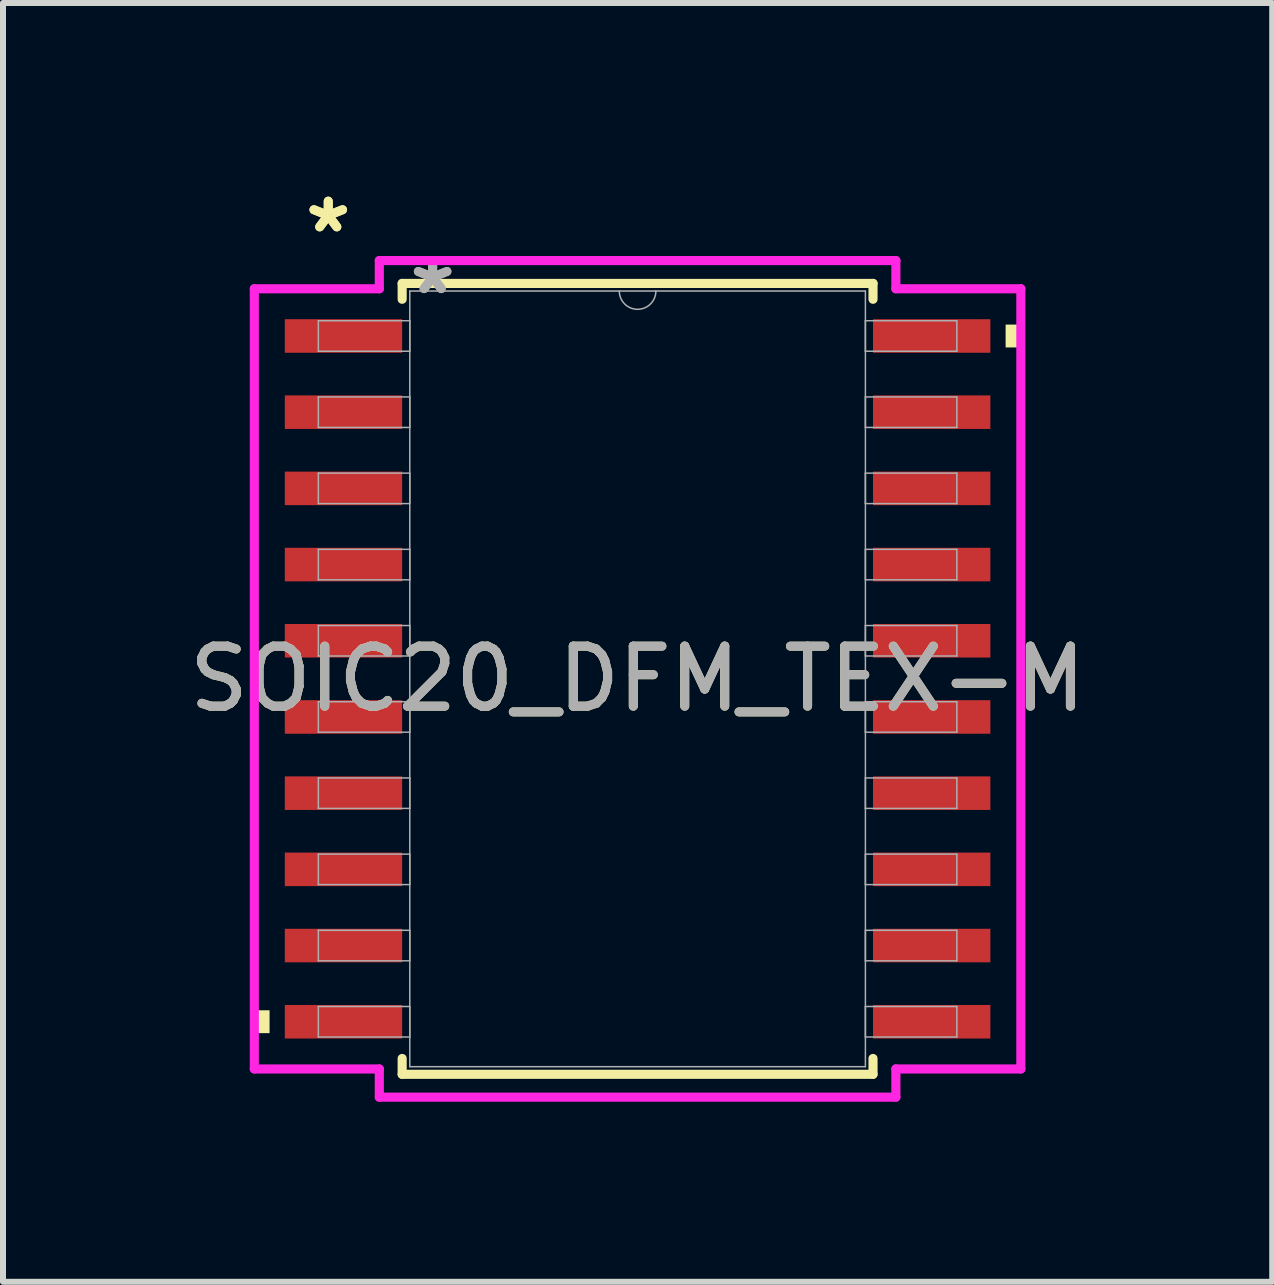
<source format=kicad_pcb>
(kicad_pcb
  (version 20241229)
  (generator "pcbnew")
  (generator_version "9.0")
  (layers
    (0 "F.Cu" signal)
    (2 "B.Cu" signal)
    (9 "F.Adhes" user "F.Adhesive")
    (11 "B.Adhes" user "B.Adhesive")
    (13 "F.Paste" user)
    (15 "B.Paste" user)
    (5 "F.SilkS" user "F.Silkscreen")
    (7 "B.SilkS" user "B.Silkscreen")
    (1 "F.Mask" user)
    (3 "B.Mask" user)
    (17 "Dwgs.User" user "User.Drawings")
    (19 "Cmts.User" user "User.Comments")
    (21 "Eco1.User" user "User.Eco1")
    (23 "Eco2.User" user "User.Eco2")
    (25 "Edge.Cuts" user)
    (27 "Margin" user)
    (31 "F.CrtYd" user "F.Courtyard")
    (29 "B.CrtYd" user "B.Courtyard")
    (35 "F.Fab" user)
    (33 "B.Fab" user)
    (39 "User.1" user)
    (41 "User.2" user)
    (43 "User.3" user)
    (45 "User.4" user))
  (footprint "SOIC20_DFM_TEX-M"
    (layer "F.Cu")
    (at 7.577 8.265)
    (property "Reference" "SOIC20_DFM_TEX-M" (at 0 0 0) (unlocked yes) (layer "F.SilkS") (effects (font (size 1 1) (thickness 0.15))))
    (attr smd)
    (fp_line (start -3.924 -6.591) (end -3.924 -6.327) (stroke (width 0.152) (type solid)) (layer "F.SilkS"))
    (fp_line (start -3.924 6.327) (end -3.924 6.591) (stroke (width 0.152) (type solid)) (layer "F.SilkS"))
    (fp_line (start -3.924 6.591) (end 3.924 6.591) (stroke (width 0.152) (type solid)) (layer "F.SilkS"))
    (fp_line (start 3.924 -6.591) (end -3.924 -6.591) (stroke (width 0.152) (type solid)) (layer "F.SilkS"))
    (fp_line (start 3.924 -6.327) (end 3.924 -6.591) (stroke (width 0.152) (type solid)) (layer "F.SilkS"))
    (fp_line (start 3.924 6.591) (end 3.924 6.327) (stroke (width 0.152) (type solid)) (layer "F.SilkS"))
    (fp_poly (pts (xy -6.388 5.524) (xy -6.388 5.905) (xy -6.134 5.905) (xy -6.134 5.524)) (stroke (width 0) (type solid)) (fill yes) (layer "F.SilkS"))
    (fp_poly (pts (xy 6.388 -5.905) (xy 6.388 -5.524) (xy 6.134 -5.524) (xy 6.134 -5.905)) (stroke (width 0) (type solid)) (fill yes) (layer "F.SilkS"))
    (fp_line (start -6.388 -6.502) (end -4.305 -6.502) (stroke (width 0.152) (type solid)) (layer "F.CrtYd"))
    (fp_line (start -6.388 6.502) (end -6.388 -6.502) (stroke (width 0.152) (type solid)) (layer "F.CrtYd"))
    (fp_line (start -6.388 6.502) (end -4.305 6.502) (stroke (width 0.152) (type solid)) (layer "F.CrtYd"))
    (fp_line (start -4.305 -6.972) (end 4.305 -6.972) (stroke (width 0.152) (type solid)) (layer "F.CrtYd"))
    (fp_line (start -4.305 -6.502) (end -4.305 -6.972) (stroke (width 0.152) (type solid)) (layer "F.CrtYd"))
    (fp_line (start -4.305 6.972) (end -4.305 6.502) (stroke (width 0.152) (type solid)) (layer "F.CrtYd"))
    (fp_line (start 4.305 -6.972) (end 4.305 -6.502) (stroke (width 0.152) (type solid)) (layer "F.CrtYd"))
    (fp_line (start 4.305 6.502) (end 4.305 6.972) (stroke (width 0.152) (type solid)) (layer "F.CrtYd"))
    (fp_line (start 4.305 6.972) (end -4.305 6.972) (stroke (width 0.152) (type solid)) (layer "F.CrtYd"))
    (fp_line (start 6.388 -6.502) (end 4.305 -6.502) (stroke (width 0.152) (type solid)) (layer "F.CrtYd"))
    (fp_line (start 6.388 -6.502) (end 6.388 6.502) (stroke (width 0.152) (type solid)) (layer "F.CrtYd"))
    (fp_line (start 6.388 6.502) (end 4.305 6.502) (stroke (width 0.152) (type solid)) (layer "F.CrtYd"))
    (fp_line (start -5.321 -5.969) (end -5.321 -5.461) (stroke (width 0.025) (type solid)) (layer "F.Fab"))
    (fp_line (start -5.321 -5.461) (end -3.797 -5.461) (stroke (width 0.025) (type solid)) (layer "F.Fab"))
    (fp_line (start -5.321 -4.699) (end -5.321 -4.191) (stroke (width 0.025) (type solid)) (layer "F.Fab"))
    (fp_line (start -5.321 -4.191) (end -3.797 -4.191) (stroke (width 0.025) (type solid)) (layer "F.Fab"))
    (fp_line (start -5.321 -3.429) (end -5.321 -2.921) (stroke (width 0.025) (type solid)) (layer "F.Fab"))
    (fp_line (start -5.321 -2.921) (end -3.797 -2.921) (stroke (width 0.025) (type solid)) (layer "F.Fab"))
    (fp_line (start -5.321 -2.159) (end -5.321 -1.651) (stroke (width 0.025) (type solid)) (layer "F.Fab"))
    (fp_line (start -5.321 -1.651) (end -3.797 -1.651) (stroke (width 0.025) (type solid)) (layer "F.Fab"))
    (fp_line (start -5.321 -0.889) (end -5.321 -0.381) (stroke (width 0.025) (type solid)) (layer "F.Fab"))
    (fp_line (start -5.321 -0.381) (end -3.797 -0.381) (stroke (width 0.025) (type solid)) (layer "F.Fab"))
    (fp_line (start -5.321 0.381) (end -5.321 0.889) (stroke (width 0.025) (type solid)) (layer "F.Fab"))
    (fp_line (start -5.321 0.889) (end -3.797 0.889) (stroke (width 0.025) (type solid)) (layer "F.Fab"))
    (fp_line (start -5.321 1.651) (end -5.321 2.159) (stroke (width 0.025) (type solid)) (layer "F.Fab"))
    (fp_line (start -5.321 2.159) (end -3.797 2.159) (stroke (width 0.025) (type solid)) (layer "F.Fab"))
    (fp_line (start -5.321 2.921) (end -5.321 3.429) (stroke (width 0.025) (type solid)) (layer "F.Fab"))
    (fp_line (start -5.321 3.429) (end -3.797 3.429) (stroke (width 0.025) (type solid)) (layer "F.Fab"))
    (fp_line (start -5.321 4.191) (end -5.321 4.699) (stroke (width 0.025) (type solid)) (layer "F.Fab"))
    (fp_line (start -5.321 4.699) (end -3.797 4.699) (stroke (width 0.025) (type solid)) (layer "F.Fab"))
    (fp_line (start -5.321 5.461) (end -5.321 5.969) (stroke (width 0.025) (type solid)) (layer "F.Fab"))
    (fp_line (start -5.321 5.969) (end -3.797 5.969) (stroke (width 0.025) (type solid)) (layer "F.Fab"))
    (fp_line (start -3.797 -6.464) (end -3.797 6.464) (stroke (width 0.025) (type solid)) (layer "F.Fab"))
    (fp_line (start -3.797 -5.969) (end -5.321 -5.969) (stroke (width 0.025) (type solid)) (layer "F.Fab"))
    (fp_line (start -3.797 -5.461) (end -3.797 -5.969) (stroke (width 0.025) (type solid)) (layer "F.Fab"))
    (fp_line (start -3.797 -4.699) (end -5.321 -4.699) (stroke (width 0.025) (type solid)) (layer "F.Fab"))
    (fp_line (start -3.797 -4.191) (end -3.797 -4.699) (stroke (width 0.025) (type solid)) (layer "F.Fab"))
    (fp_line (start -3.797 -3.429) (end -5.321 -3.429) (stroke (width 0.025) (type solid)) (layer "F.Fab"))
    (fp_line (start -3.797 -2.921) (end -3.797 -3.429) (stroke (width 0.025) (type solid)) (layer "F.Fab"))
    (fp_line (start -3.797 -2.159) (end -5.321 -2.159) (stroke (width 0.025) (type solid)) (layer "F.Fab"))
    (fp_line (start -3.797 -1.651) (end -3.797 -2.159) (stroke (width 0.025) (type solid)) (layer "F.Fab"))
    (fp_line (start -3.797 -0.889) (end -5.321 -0.889) (stroke (width 0.025) (type solid)) (layer "F.Fab"))
    (fp_line (start -3.797 -0.381) (end -3.797 -0.889) (stroke (width 0.025) (type solid)) (layer "F.Fab"))
    (fp_line (start -3.797 0.381) (end -5.321 0.381) (stroke (width 0.025) (type solid)) (layer "F.Fab"))
    (fp_line (start -3.797 0.889) (end -3.797 0.381) (stroke (width 0.025) (type solid)) (layer "F.Fab"))
    (fp_line (start -3.797 1.651) (end -5.321 1.651) (stroke (width 0.025) (type solid)) (layer "F.Fab"))
    (fp_line (start -3.797 2.159) (end -3.797 1.651) (stroke (width 0.025) (type solid)) (layer "F.Fab"))
    (fp_line (start -3.797 2.921) (end -5.321 2.921) (stroke (width 0.025) (type solid)) (layer "F.Fab"))
    (fp_line (start -3.797 3.429) (end -3.797 2.921) (stroke (width 0.025) (type solid)) (layer "F.Fab"))
    (fp_line (start -3.797 4.191) (end -5.321 4.191) (stroke (width 0.025) (type solid)) (layer "F.Fab"))
    (fp_line (start -3.797 4.699) (end -3.797 4.191) (stroke (width 0.025) (type solid)) (layer "F.Fab"))
    (fp_line (start -3.797 5.461) (end -5.321 5.461) (stroke (width 0.025) (type solid)) (layer "F.Fab"))
    (fp_line (start -3.797 5.969) (end -3.797 5.461) (stroke (width 0.025) (type solid)) (layer "F.Fab"))
    (fp_line (start -3.797 6.464) (end 3.797 6.464) (stroke (width 0.025) (type solid)) (layer "F.Fab"))
    (fp_line (start 3.797 -6.464) (end -3.797 -6.464) (stroke (width 0.025) (type solid)) (layer "F.Fab"))
    (fp_line (start 3.797 -5.969) (end 3.797 -5.461) (stroke (width 0.025) (type solid)) (layer "F.Fab"))
    (fp_line (start 3.797 -5.461) (end 5.321 -5.461) (stroke (width 0.025) (type solid)) (layer "F.Fab"))
    (fp_line (start 3.797 -4.699) (end 3.797 -4.191) (stroke (width 0.025) (type solid)) (layer "F.Fab"))
    (fp_line (start 3.797 -4.191) (end 5.321 -4.191) (stroke (width 0.025) (type solid)) (layer "F.Fab"))
    (fp_line (start 3.797 -3.429) (end 3.797 -2.921) (stroke (width 0.025) (type solid)) (layer "F.Fab"))
    (fp_line (start 3.797 -2.921) (end 5.321 -2.921) (stroke (width 0.025) (type solid)) (layer "F.Fab"))
    (fp_line (start 3.797 -2.159) (end 3.797 -1.651) (stroke (width 0.025) (type solid)) (layer "F.Fab"))
    (fp_line (start 3.797 -1.651) (end 5.321 -1.651) (stroke (width 0.025) (type solid)) (layer "F.Fab"))
    (fp_line (start 3.797 -0.889) (end 3.797 -0.381) (stroke (width 0.025) (type solid)) (layer "F.Fab"))
    (fp_line (start 3.797 -0.381) (end 5.321 -0.381) (stroke (width 0.025) (type solid)) (layer "F.Fab"))
    (fp_line (start 3.797 0.381) (end 3.797 0.889) (stroke (width 0.025) (type solid)) (layer "F.Fab"))
    (fp_line (start 3.797 0.889) (end 5.321 0.889) (stroke (width 0.025) (type solid)) (layer "F.Fab"))
    (fp_line (start 3.797 1.651) (end 3.797 2.159) (stroke (width 0.025) (type solid)) (layer "F.Fab"))
    (fp_line (start 3.797 2.159) (end 5.321 2.159) (stroke (width 0.025) (type solid)) (layer "F.Fab"))
    (fp_line (start 3.797 2.921) (end 3.797 3.429) (stroke (width 0.025) (type solid)) (layer "F.Fab"))
    (fp_line (start 3.797 3.429) (end 5.321 3.429) (stroke (width 0.025) (type solid)) (layer "F.Fab"))
    (fp_line (start 3.797 4.191) (end 3.797 4.699) (stroke (width 0.025) (type solid)) (layer "F.Fab"))
    (fp_line (start 3.797 4.699) (end 5.321 4.699) (stroke (width 0.025) (type solid)) (layer "F.Fab"))
    (fp_line (start 3.797 5.461) (end 3.797 5.969) (stroke (width 0.025) (type solid)) (layer "F.Fab"))
    (fp_line (start 3.797 5.969) (end 5.321 5.969) (stroke (width 0.025) (type solid)) (layer "F.Fab"))
    (fp_line (start 3.797 6.464) (end 3.797 -6.464) (stroke (width 0.025) (type solid)) (layer "F.Fab"))
    (fp_line (start 5.321 -5.969) (end 3.797 -5.969) (stroke (width 0.025) (type solid)) (layer "F.Fab"))
    (fp_line (start 5.321 -5.461) (end 5.321 -5.969) (stroke (width 0.025) (type solid)) (layer "F.Fab"))
    (fp_line (start 5.321 -4.699) (end 3.797 -4.699) (stroke (width 0.025) (type solid)) (layer "F.Fab"))
    (fp_line (start 5.321 -4.191) (end 5.321 -4.699) (stroke (width 0.025) (type solid)) (layer "F.Fab"))
    (fp_line (start 5.321 -3.429) (end 3.797 -3.429) (stroke (width 0.025) (type solid)) (layer "F.Fab"))
    (fp_line (start 5.321 -2.921) (end 5.321 -3.429) (stroke (width 0.025) (type solid)) (layer "F.Fab"))
    (fp_line (start 5.321 -2.159) (end 3.797 -2.159) (stroke (width 0.025) (type solid)) (layer "F.Fab"))
    (fp_line (start 5.321 -1.651) (end 5.321 -2.159) (stroke (width 0.025) (type solid)) (layer "F.Fab"))
    (fp_line (start 5.321 -0.889) (end 3.797 -0.889) (stroke (width 0.025) (type solid)) (layer "F.Fab"))
    (fp_line (start 5.321 -0.381) (end 5.321 -0.889) (stroke (width 0.025) (type solid)) (layer "F.Fab"))
    (fp_line (start 5.321 0.381) (end 3.797 0.381) (stroke (width 0.025) (type solid)) (layer "F.Fab"))
    (fp_line (start 5.321 0.889) (end 5.321 0.381) (stroke (width 0.025) (type solid)) (layer "F.Fab"))
    (fp_line (start 5.321 1.651) (end 3.797 1.651) (stroke (width 0.025) (type solid)) (layer "F.Fab"))
    (fp_line (start 5.321 2.159) (end 5.321 1.651) (stroke (width 0.025) (type solid)) (layer "F.Fab"))
    (fp_line (start 5.321 2.921) (end 3.797 2.921) (stroke (width 0.025) (type solid)) (layer "F.Fab"))
    (fp_line (start 5.321 3.429) (end 5.321 2.921) (stroke (width 0.025) (type solid)) (layer "F.Fab"))
    (fp_line (start 5.321 4.191) (end 3.797 4.191) (stroke (width 0.025) (type solid)) (layer "F.Fab"))
    (fp_line (start 5.321 4.699) (end 5.321 4.191) (stroke (width 0.025) (type solid)) (layer "F.Fab"))
    (fp_line (start 5.321 5.461) (end 3.797 5.461) (stroke (width 0.025) (type solid)) (layer "F.Fab"))
    (fp_line (start 5.321 5.969) (end 5.321 5.461) (stroke (width 0.025) (type solid)) (layer "F.Fab"))
    (fp_arc (start 0.3048 -6.4643) (mid 0 -6.1595) (end -0.3048 -6.4643) (stroke (width 0.0254) (type solid)) (layer "F.Fab"))
    (fp_text user "*" (at -5.156 -7.417 0) (unlocked yes) (layer "F.SilkS") (effects (font (size 1 1) (thickness 0.15))))
    (fp_text user "*" (at -5.156 -7.417 0) (layer "F.SilkS") (effects (font (size 1 1) (thickness 0.15))))
    (fp_text user "*" (at -3.416 -6.388 0) (layer "F.Fab") (effects (font (size 1 1) (thickness 0.15))))
    (fp_text user "${REFERENCE}" (at 0 0 0) (unlocked yes) (layer "F.Fab") (effects (font (size 1 1) (thickness 0.15))))
    (fp_text user "*" (at -3.416 -6.388 0) (unlocked yes) (layer "F.Fab") (effects (font (size 1 1) (thickness 0.15))))
    (pad "1" smd rect (at -4.902 -5.715) (size 1.956 0.559) (layers "F.Cu" "F.Mask" "F.Paste"))
    (pad "2" smd rect (at -4.902 -4.445) (size 1.956 0.559) (layers "F.Cu" "F.Mask" "F.Paste"))
    (pad "3" smd rect (at -4.902 -3.175) (size 1.956 0.559) (layers "F.Cu" "F.Mask" "F.Paste"))
    (pad "4" smd rect (at -4.902 -1.905) (size 1.956 0.559) (layers "F.Cu" "F.Mask" "F.Paste"))
    (pad "5" smd rect (at -4.902 -0.635) (size 1.956 0.559) (layers "F.Cu" "F.Mask" "F.Paste"))
    (pad "6" smd rect (at -4.902 0.635) (size 1.956 0.559) (layers "F.Cu" "F.Mask" "F.Paste"))
    (pad "7" smd rect (at -4.902 1.905) (size 1.956 0.559) (layers "F.Cu" "F.Mask" "F.Paste"))
    (pad "8" smd rect (at -4.902 3.175) (size 1.956 0.559) (layers "F.Cu" "F.Mask" "F.Paste"))
    (pad "9" smd rect (at -4.902 4.445) (size 1.956 0.559) (layers "F.Cu" "F.Mask" "F.Paste"))
    (pad "10" smd rect (at -4.902 5.715) (size 1.956 0.559) (layers "F.Cu" "F.Mask" "F.Paste"))
    (pad "11" smd rect (at 4.902 5.715) (size 1.956 0.559) (layers "F.Cu" "F.Mask" "F.Paste"))
    (pad "12" smd rect (at 4.902 4.445) (size 1.956 0.559) (layers "F.Cu" "F.Mask" "F.Paste"))
    (pad "13" smd rect (at 4.902 3.175) (size 1.956 0.559) (layers "F.Cu" "F.Mask" "F.Paste"))
    (pad "14" smd rect (at 4.902 1.905) (size 1.956 0.559) (layers "F.Cu" "F.Mask" "F.Paste"))
    (pad "15" smd rect (at 4.902 0.635) (size 1.956 0.559) (layers "F.Cu" "F.Mask" "F.Paste"))
    (pad "16" smd rect (at 4.902 -0.635) (size 1.956 0.559) (layers "F.Cu" "F.Mask" "F.Paste"))
    (pad "17" smd rect (at 4.902 -1.905) (size 1.956 0.559) (layers "F.Cu" "F.Mask" "F.Paste"))
    (pad "18" smd rect (at 4.902 -3.175) (size 1.956 0.559) (layers "F.Cu" "F.Mask" "F.Paste"))
    (pad "19" smd rect (at 4.902 -4.445) (size 1.956 0.559) (layers "F.Cu" "F.Mask" "F.Paste"))
    (pad "20" smd rect (at 4.902 -5.715) (size 1.956 0.559) (layers "F.Cu" "F.Mask" "F.Paste")))
  (gr_rect
    (start -3 -3)
    (end 18.155 18.314)
    (stroke (width 0.1) (type default))
    (fill no)
    (layer "Edge.Cuts")))
</source>
